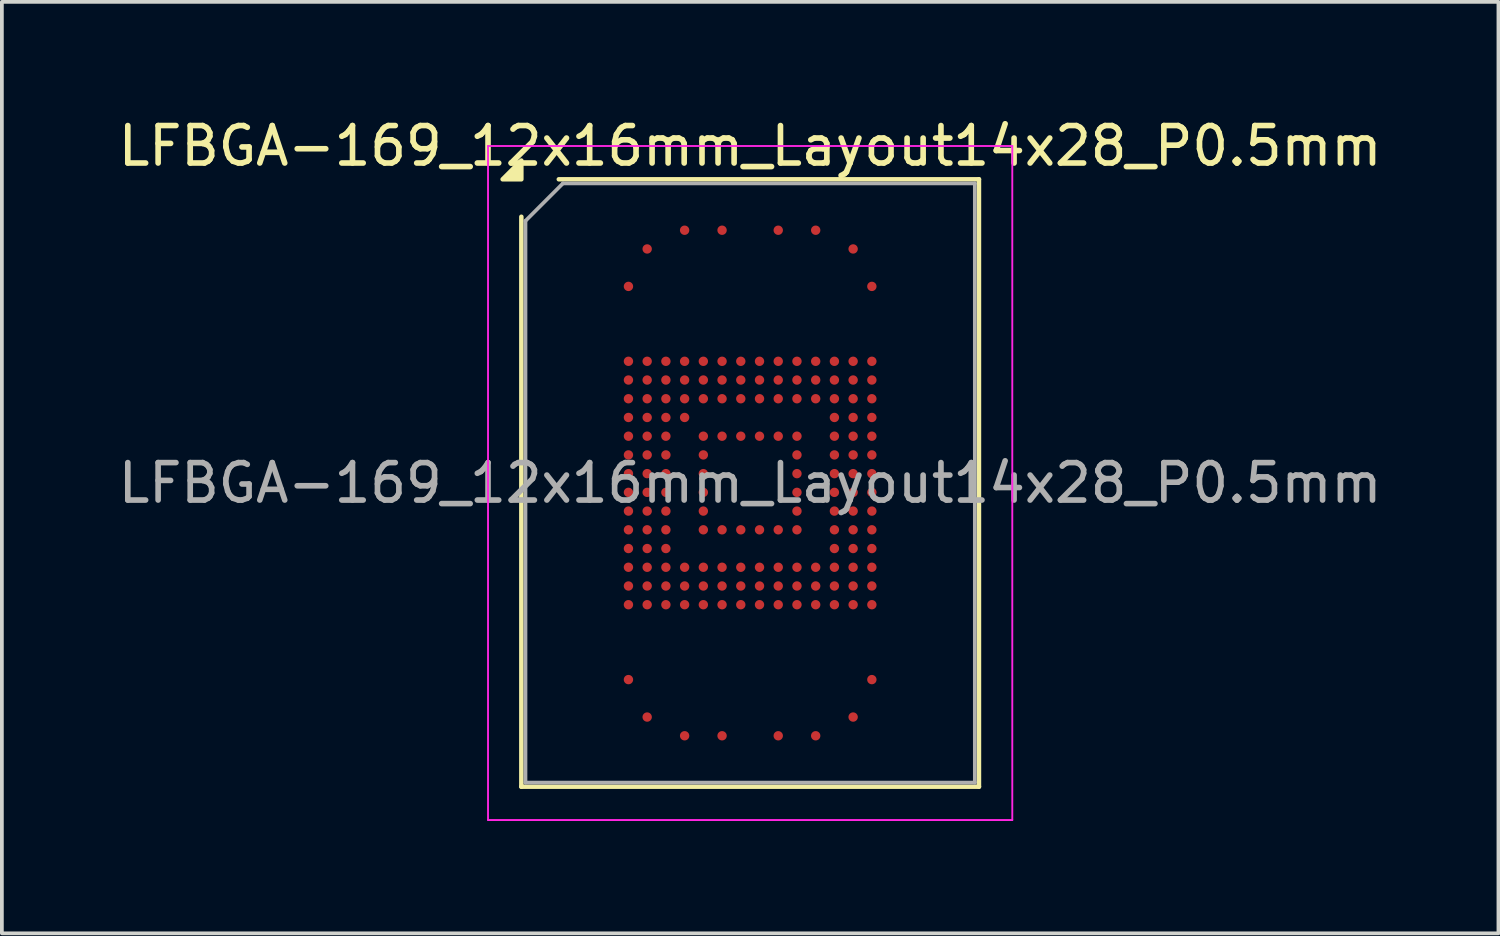
<source format=kicad_pcb>
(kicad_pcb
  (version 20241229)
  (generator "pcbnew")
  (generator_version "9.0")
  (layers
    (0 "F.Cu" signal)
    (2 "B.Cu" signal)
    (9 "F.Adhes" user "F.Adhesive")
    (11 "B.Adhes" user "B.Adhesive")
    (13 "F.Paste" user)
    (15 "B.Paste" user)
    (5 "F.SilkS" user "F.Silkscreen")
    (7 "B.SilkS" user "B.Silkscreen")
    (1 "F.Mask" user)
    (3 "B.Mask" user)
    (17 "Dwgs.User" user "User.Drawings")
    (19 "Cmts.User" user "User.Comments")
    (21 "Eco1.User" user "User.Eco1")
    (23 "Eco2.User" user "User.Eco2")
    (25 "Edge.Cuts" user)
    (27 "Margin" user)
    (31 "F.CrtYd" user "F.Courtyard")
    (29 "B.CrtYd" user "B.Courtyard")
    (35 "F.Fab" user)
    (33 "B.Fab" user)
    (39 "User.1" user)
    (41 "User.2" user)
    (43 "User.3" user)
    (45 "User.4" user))
  (footprint "LFBGA-169_12x16mm_Layout14x28_P0.5mm"
    (layer "F.Cu")
    (at 16.982 9.848)
    (property "Reference" "LFBGA-169_12x16mm_Layout14x28_P0.5mm" (at 0 -9 0) (layer "F.SilkS") (effects (font (size 1 1) (thickness 0.15))))
    (attr smd)
    (fp_line (start -6.11 8.11) (end -6.11 -7.11) (stroke (width 0.12) (type solid)) (layer "F.SilkS"))
    (fp_line (start -5.11 -8.11) (end 6.11 -8.11) (stroke (width 0.12) (type solid)) (layer "F.SilkS"))
    (fp_line (start 6.11 -8.11) (end 6.11 8.11) (stroke (width 0.12) (type solid)) (layer "F.SilkS"))
    (fp_line (start 6.11 8.11) (end -6.11 8.11) (stroke (width 0.12) (type solid)) (layer "F.SilkS"))
    (fp_poly (pts (xy -6.11 -8.11) (xy -6.61 -8.11) (xy -6.11 -8.61)) (stroke (width 0.12) (type solid)) (fill yes) (layer "F.SilkS"))
    (fp_line (start -7 -9) (end -7 9) (stroke (width 0.05) (type solid)) (layer "F.CrtYd"))
    (fp_line (start -7 9) (end 7 9) (stroke (width 0.05) (type solid)) (layer "F.CrtYd"))
    (fp_line (start 7 -9) (end -7 -9) (stroke (width 0.05) (type solid)) (layer "F.CrtYd"))
    (fp_line (start 7 9) (end 7 -9) (stroke (width 0.05) (type solid)) (layer "F.CrtYd"))
    (fp_line (start -6 -7) (end -5 -8) (stroke (width 0.1) (type solid)) (layer "F.Fab"))
    (fp_line (start -6 8) (end -6 -7) (stroke (width 0.1) (type solid)) (layer "F.Fab"))
    (fp_line (start -5 -8) (end 6 -8) (stroke (width 0.1) (type solid)) (layer "F.Fab"))
    (fp_line (start 6 -8) (end 6 8) (stroke (width 0.1) (type solid)) (layer "F.Fab"))
    (fp_line (start 6 8) (end -6 8) (stroke (width 0.1) (type solid)) (layer "F.Fab"))
    (fp_text user "${REFERENCE}" (at 0 0 0) (layer "F.Fab") (effects (font (size 1 1) (thickness 0.15))))
    (pad "A4" smd circle (at -1.75 -6.75) (size 0.25 0.25) (property pad_prop_bga) (layers "F.Cu" "F.Mask" "F.Paste"))
    (pad "A6" smd circle (at -0.75 -6.75) (size 0.25 0.25) (property pad_prop_bga) (layers "F.Cu" "F.Mask" "F.Paste"))
    (pad "A9" smd circle (at 0.75 -6.75) (size 0.25 0.25) (property pad_prop_bga) (layers "F.Cu" "F.Mask" "F.Paste"))
    (pad "A11" smd circle (at 1.75 -6.75) (size 0.25 0.25) (property pad_prop_bga) (layers "F.Cu" "F.Mask" "F.Paste"))
    (pad "AA1" smd circle (at -3.25 3.25) (size 0.25 0.25) (property pad_prop_bga) (layers "F.Cu" "F.Mask" "F.Paste"))
    (pad "AA2" smd circle (at -2.75 3.25) (size 0.25 0.25) (property pad_prop_bga) (layers "F.Cu" "F.Mask" "F.Paste"))
    (pad "AA3" smd circle (at -2.25 3.25) (size 0.25 0.25) (property pad_prop_bga) (layers "F.Cu" "F.Mask" "F.Paste"))
    (pad "AA4" smd circle (at -1.75 3.25) (size 0.25 0.25) (property pad_prop_bga) (layers "F.Cu" "F.Mask" "F.Paste"))
    (pad "AA5" smd circle (at -1.25 3.25) (size 0.25 0.25) (property pad_prop_bga) (layers "F.Cu" "F.Mask" "F.Paste"))
    (pad "AA6" smd circle (at -0.75 3.25) (size 0.25 0.25) (property pad_prop_bga) (layers "F.Cu" "F.Mask" "F.Paste"))
    (pad "AA7" smd circle (at -0.25 3.25) (size 0.25 0.25) (property pad_prop_bga) (layers "F.Cu" "F.Mask" "F.Paste"))
    (pad "AA8" smd circle (at 0.25 3.25) (size 0.25 0.25) (property pad_prop_bga) (layers "F.Cu" "F.Mask" "F.Paste"))
    (pad "AA9" smd circle (at 0.75 3.25) (size 0.25 0.25) (property pad_prop_bga) (layers "F.Cu" "F.Mask" "F.Paste"))
    (pad "AA10" smd circle (at 1.25 3.25) (size 0.25 0.25) (property pad_prop_bga) (layers "F.Cu" "F.Mask" "F.Paste"))
    (pad "AA11" smd circle (at 1.75 3.25) (size 0.25 0.25) (property pad_prop_bga) (layers "F.Cu" "F.Mask" "F.Paste"))
    (pad "AA12" smd circle (at 2.25 3.25) (size 0.25 0.25) (property pad_prop_bga) (layers "F.Cu" "F.Mask" "F.Paste"))
    (pad "AA13" smd circle (at 2.75 3.25) (size 0.25 0.25) (property pad_prop_bga) (layers "F.Cu" "F.Mask" "F.Paste"))
    (pad "AA14" smd circle (at 3.25 3.25) (size 0.25 0.25) (property pad_prop_bga) (layers "F.Cu" "F.Mask" "F.Paste"))
    (pad "AE1" smd circle (at -3.25 5.25) (size 0.25 0.25) (property pad_prop_bga) (layers "F.Cu" "F.Mask" "F.Paste"))
    (pad "AE14" smd circle (at 3.25 5.25) (size 0.25 0.25) (property pad_prop_bga) (layers "F.Cu" "F.Mask" "F.Paste"))
    (pad "AG2" smd circle (at -2.75 6.25) (size 0.25 0.25) (property pad_prop_bga) (layers "F.Cu" "F.Mask" "F.Paste"))
    (pad "AG13" smd circle (at 2.75 6.25) (size 0.25 0.25) (property pad_prop_bga) (layers "F.Cu" "F.Mask" "F.Paste"))
    (pad "AH4" smd circle (at -1.75 6.75) (size 0.25 0.25) (property pad_prop_bga) (layers "F.Cu" "F.Mask" "F.Paste"))
    (pad "AH6" smd circle (at -0.75 6.75) (size 0.25 0.25) (property pad_prop_bga) (layers "F.Cu" "F.Mask" "F.Paste"))
    (pad "AH9" smd circle (at 0.75 6.75) (size 0.25 0.25) (property pad_prop_bga) (layers "F.Cu" "F.Mask" "F.Paste"))
    (pad "AH11" smd circle (at 1.75 6.75) (size 0.25 0.25) (property pad_prop_bga) (layers "F.Cu" "F.Mask" "F.Paste"))
    (pad "B2" smd circle (at -2.75 -6.25) (size 0.25 0.25) (property pad_prop_bga) (layers "F.Cu" "F.Mask" "F.Paste"))
    (pad "B13" smd circle (at 2.75 -6.25) (size 0.25 0.25) (property pad_prop_bga) (layers "F.Cu" "F.Mask" "F.Paste"))
    (pad "D1" smd circle (at -3.25 -5.25) (size 0.25 0.25) (property pad_prop_bga) (layers "F.Cu" "F.Mask" "F.Paste"))
    (pad "D14" smd circle (at 3.25 -5.25) (size 0.25 0.25) (property pad_prop_bga) (layers "F.Cu" "F.Mask" "F.Paste"))
    (pad "H1" smd circle (at -3.25 -3.25) (size 0.25 0.25) (property pad_prop_bga) (layers "F.Cu" "F.Mask" "F.Paste"))
    (pad "H2" smd circle (at -2.75 -3.25) (size 0.25 0.25) (property pad_prop_bga) (layers "F.Cu" "F.Mask" "F.Paste"))
    (pad "H3" smd circle (at -2.25 -3.25) (size 0.25 0.25) (property pad_prop_bga) (layers "F.Cu" "F.Mask" "F.Paste"))
    (pad "H4" smd circle (at -1.75 -3.25) (size 0.25 0.25) (property pad_prop_bga) (layers "F.Cu" "F.Mask" "F.Paste"))
    (pad "H5" smd circle (at -1.25 -3.25) (size 0.25 0.25) (property pad_prop_bga) (layers "F.Cu" "F.Mask" "F.Paste"))
    (pad "H6" smd circle (at -0.75 -3.25) (size 0.25 0.25) (property pad_prop_bga) (layers "F.Cu" "F.Mask" "F.Paste"))
    (pad "H7" smd circle (at -0.25 -3.25) (size 0.25 0.25) (property pad_prop_bga) (layers "F.Cu" "F.Mask" "F.Paste"))
    (pad "H8" smd circle (at 0.25 -3.25) (size 0.25 0.25) (property pad_prop_bga) (layers "F.Cu" "F.Mask" "F.Paste"))
    (pad "H9" smd circle (at 0.75 -3.25) (size 0.25 0.25) (property pad_prop_bga) (layers "F.Cu" "F.Mask" "F.Paste"))
    (pad "H10" smd circle (at 1.25 -3.25) (size 0.25 0.25) (property pad_prop_bga) (layers "F.Cu" "F.Mask" "F.Paste"))
    (pad "H11" smd circle (at 1.75 -3.25) (size 0.25 0.25) (property pad_prop_bga) (layers "F.Cu" "F.Mask" "F.Paste"))
    (pad "H12" smd circle (at 2.25 -3.25) (size 0.25 0.25) (property pad_prop_bga) (layers "F.Cu" "F.Mask" "F.Paste"))
    (pad "H13" smd circle (at 2.75 -3.25) (size 0.25 0.25) (property pad_prop_bga) (layers "F.Cu" "F.Mask" "F.Paste"))
    (pad "H14" smd circle (at 3.25 -3.25) (size 0.25 0.25) (property pad_prop_bga) (layers "F.Cu" "F.Mask" "F.Paste"))
    (pad "J1" smd circle (at -3.25 -2.75) (size 0.25 0.25) (property pad_prop_bga) (layers "F.Cu" "F.Mask" "F.Paste"))
    (pad "J2" smd circle (at -2.75 -2.75) (size 0.25 0.25) (property pad_prop_bga) (layers "F.Cu" "F.Mask" "F.Paste"))
    (pad "J3" smd circle (at -2.25 -2.75) (size 0.25 0.25) (property pad_prop_bga) (layers "F.Cu" "F.Mask" "F.Paste"))
    (pad "J4" smd circle (at -1.75 -2.75) (size 0.25 0.25) (property pad_prop_bga) (layers "F.Cu" "F.Mask" "F.Paste"))
    (pad "J5" smd circle (at -1.25 -2.75) (size 0.25 0.25) (property pad_prop_bga) (layers "F.Cu" "F.Mask" "F.Paste"))
    (pad "J6" smd circle (at -0.75 -2.75) (size 0.25 0.25) (property pad_prop_bga) (layers "F.Cu" "F.Mask" "F.Paste"))
    (pad "J7" smd circle (at -0.25 -2.75) (size 0.25 0.25) (property pad_prop_bga) (layers "F.Cu" "F.Mask" "F.Paste"))
    (pad "J8" smd circle (at 0.25 -2.75) (size 0.25 0.25) (property pad_prop_bga) (layers "F.Cu" "F.Mask" "F.Paste"))
    (pad "J9" smd circle (at 0.75 -2.75) (size 0.25 0.25) (property pad_prop_bga) (layers "F.Cu" "F.Mask" "F.Paste"))
    (pad "J10" smd circle (at 1.25 -2.75) (size 0.25 0.25) (property pad_prop_bga) (layers "F.Cu" "F.Mask" "F.Paste"))
    (pad "J11" smd circle (at 1.75 -2.75) (size 0.25 0.25) (property pad_prop_bga) (layers "F.Cu" "F.Mask" "F.Paste"))
    (pad "J12" smd circle (at 2.25 -2.75) (size 0.25 0.25) (property pad_prop_bga) (layers "F.Cu" "F.Mask" "F.Paste"))
    (pad "J13" smd circle (at 2.75 -2.75) (size 0.25 0.25) (property pad_prop_bga) (layers "F.Cu" "F.Mask" "F.Paste"))
    (pad "J14" smd circle (at 3.25 -2.75) (size 0.25 0.25) (property pad_prop_bga) (layers "F.Cu" "F.Mask" "F.Paste"))
    (pad "K1" smd circle (at -3.25 -2.25) (size 0.25 0.25) (property pad_prop_bga) (layers "F.Cu" "F.Mask" "F.Paste"))
    (pad "K2" smd circle (at -2.75 -2.25) (size 0.25 0.25) (property pad_prop_bga) (layers "F.Cu" "F.Mask" "F.Paste"))
    (pad "K3" smd circle (at -2.25 -2.25) (size 0.25 0.25) (property pad_prop_bga) (layers "F.Cu" "F.Mask" "F.Paste"))
    (pad "K4" smd circle (at -1.75 -2.25) (size 0.25 0.25) (property pad_prop_bga) (layers "F.Cu" "F.Mask" "F.Paste"))
    (pad "K5" smd circle (at -1.25 -2.25) (size 0.25 0.25) (property pad_prop_bga) (layers "F.Cu" "F.Mask" "F.Paste"))
    (pad "K6" smd circle (at -0.75 -2.25) (size 0.25 0.25) (property pad_prop_bga) (layers "F.Cu" "F.Mask" "F.Paste"))
    (pad "K7" smd circle (at -0.25 -2.25) (size 0.25 0.25) (property pad_prop_bga) (layers "F.Cu" "F.Mask" "F.Paste"))
    (pad "K8" smd circle (at 0.25 -2.25) (size 0.25 0.25) (property pad_prop_bga) (layers "F.Cu" "F.Mask" "F.Paste"))
    (pad "K9" smd circle (at 0.75 -2.25) (size 0.25 0.25) (property pad_prop_bga) (layers "F.Cu" "F.Mask" "F.Paste"))
    (pad "K10" smd circle (at 1.25 -2.25) (size 0.25 0.25) (property pad_prop_bga) (layers "F.Cu" "F.Mask" "F.Paste"))
    (pad "K11" smd circle (at 1.75 -2.25) (size 0.25 0.25) (property pad_prop_bga) (layers "F.Cu" "F.Mask" "F.Paste"))
    (pad "K12" smd circle (at 2.25 -2.25) (size 0.25 0.25) (property pad_prop_bga) (layers "F.Cu" "F.Mask" "F.Paste"))
    (pad "K13" smd circle (at 2.75 -2.25) (size 0.25 0.25) (property pad_prop_bga) (layers "F.Cu" "F.Mask" "F.Paste"))
    (pad "K14" smd circle (at 3.25 -2.25) (size 0.25 0.25) (property pad_prop_bga) (layers "F.Cu" "F.Mask" "F.Paste"))
    (pad "L1" smd circle (at -3.25 -1.75) (size 0.25 0.25) (property pad_prop_bga) (layers "F.Cu" "F.Mask" "F.Paste"))
    (pad "L2" smd circle (at -2.75 -1.75) (size 0.25 0.25) (property pad_prop_bga) (layers "F.Cu" "F.Mask" "F.Paste"))
    (pad "L3" smd circle (at -2.25 -1.75) (size 0.25 0.25) (property pad_prop_bga) (layers "F.Cu" "F.Mask" "F.Paste"))
    (pad "L4" smd circle (at -1.75 -1.75) (size 0.25 0.25) (property pad_prop_bga) (layers "F.Cu" "F.Mask" "F.Paste"))
    (pad "L12" smd circle (at 2.25 -1.75) (size 0.25 0.25) (property pad_prop_bga) (layers "F.Cu" "F.Mask" "F.Paste"))
    (pad "L13" smd circle (at 2.75 -1.75) (size 0.25 0.25) (property pad_prop_bga) (layers "F.Cu" "F.Mask" "F.Paste"))
    (pad "L14" smd circle (at 3.25 -1.75) (size 0.25 0.25) (property pad_prop_bga) (layers "F.Cu" "F.Mask" "F.Paste"))
    (pad "M1" smd circle (at -3.25 -1.25) (size 0.25 0.25) (property pad_prop_bga) (layers "F.Cu" "F.Mask" "F.Paste"))
    (pad "M2" smd circle (at -2.75 -1.25) (size 0.25 0.25) (property pad_prop_bga) (layers "F.Cu" "F.Mask" "F.Paste"))
    (pad "M3" smd circle (at -2.25 -1.25) (size 0.25 0.25) (property pad_prop_bga) (layers "F.Cu" "F.Mask" "F.Paste"))
    (pad "M5" smd circle (at -1.25 -1.25) (size 0.25 0.25) (property pad_prop_bga) (layers "F.Cu" "F.Mask" "F.Paste"))
    (pad "M6" smd circle (at -0.75 -1.25) (size 0.25 0.25) (property pad_prop_bga) (layers "F.Cu" "F.Mask" "F.Paste"))
    (pad "M7" smd circle (at -0.25 -1.25) (size 0.25 0.25) (property pad_prop_bga) (layers "F.Cu" "F.Mask" "F.Paste"))
    (pad "M8" smd circle (at 0.25 -1.25) (size 0.25 0.25) (property pad_prop_bga) (layers "F.Cu" "F.Mask" "F.Paste"))
    (pad "M9" smd circle (at 0.75 -1.25) (size 0.25 0.25) (property pad_prop_bga) (layers "F.Cu" "F.Mask" "F.Paste"))
    (pad "M10" smd circle (at 1.25 -1.25) (size 0.25 0.25) (property pad_prop_bga) (layers "F.Cu" "F.Mask" "F.Paste"))
    (pad "M12" smd circle (at 2.25 -1.25) (size 0.25 0.25) (property pad_prop_bga) (layers "F.Cu" "F.Mask" "F.Paste"))
    (pad "M13" smd circle (at 2.75 -1.25) (size 0.25 0.25) (property pad_prop_bga) (layers "F.Cu" "F.Mask" "F.Paste"))
    (pad "M14" smd circle (at 3.25 -1.25) (size 0.25 0.25) (property pad_prop_bga) (layers "F.Cu" "F.Mask" "F.Paste"))
    (pad "N1" smd circle (at -3.25 -0.75) (size 0.25 0.25) (property pad_prop_bga) (layers "F.Cu" "F.Mask" "F.Paste"))
    (pad "N2" smd circle (at -2.75 -0.75) (size 0.25 0.25) (property pad_prop_bga) (layers "F.Cu" "F.Mask" "F.Paste"))
    (pad "N3" smd circle (at -2.25 -0.75) (size 0.25 0.25) (property pad_prop_bga) (layers "F.Cu" "F.Mask" "F.Paste"))
    (pad "N5" smd circle (at -1.25 -0.75) (size 0.25 0.25) (property pad_prop_bga) (layers "F.Cu" "F.Mask" "F.Paste"))
    (pad "N10" smd circle (at 1.25 -0.75) (size 0.25 0.25) (property pad_prop_bga) (layers "F.Cu" "F.Mask" "F.Paste"))
    (pad "N12" smd circle (at 2.25 -0.75) (size 0.25 0.25) (property pad_prop_bga) (layers "F.Cu" "F.Mask" "F.Paste"))
    (pad "N13" smd circle (at 2.75 -0.75) (size 0.25 0.25) (property pad_prop_bga) (layers "F.Cu" "F.Mask" "F.Paste"))
    (pad "N14" smd circle (at 3.25 -0.75) (size 0.25 0.25) (property pad_prop_bga) (layers "F.Cu" "F.Mask" "F.Paste"))
    (pad "P1" smd circle (at -3.25 -0.25) (size 0.25 0.25) (property pad_prop_bga) (layers "F.Cu" "F.Mask" "F.Paste"))
    (pad "P2" smd circle (at -2.75 -0.25) (size 0.25 0.25) (property pad_prop_bga) (layers "F.Cu" "F.Mask" "F.Paste"))
    (pad "P3" smd circle (at -2.25 -0.25) (size 0.25 0.25) (property pad_prop_bga) (layers "F.Cu" "F.Mask" "F.Paste"))
    (pad "P5" smd circle (at -1.25 -0.25) (size 0.25 0.25) (property pad_prop_bga) (layers "F.Cu" "F.Mask" "F.Paste"))
    (pad "P10" smd circle (at 1.25 -0.25) (size 0.25 0.25) (property pad_prop_bga) (layers "F.Cu" "F.Mask" "F.Paste"))
    (pad "P12" smd circle (at 2.25 -0.25) (size 0.25 0.25) (property pad_prop_bga) (layers "F.Cu" "F.Mask" "F.Paste"))
    (pad "P13" smd circle (at 2.75 -0.25) (size 0.25 0.25) (property pad_prop_bga) (layers "F.Cu" "F.Mask" "F.Paste"))
    (pad "P14" smd circle (at 3.25 -0.25) (size 0.25 0.25) (property pad_prop_bga) (layers "F.Cu" "F.Mask" "F.Paste"))
    (pad "R1" smd circle (at -3.25 0.25) (size 0.25 0.25) (property pad_prop_bga) (layers "F.Cu" "F.Mask" "F.Paste"))
    (pad "R2" smd circle (at -2.75 0.25) (size 0.25 0.25) (property pad_prop_bga) (layers "F.Cu" "F.Mask" "F.Paste"))
    (pad "R3" smd circle (at -2.25 0.25) (size 0.25 0.25) (property pad_prop_bga) (layers "F.Cu" "F.Mask" "F.Paste"))
    (pad "R5" smd circle (at -1.25 0.25) (size 0.25 0.25) (property pad_prop_bga) (layers "F.Cu" "F.Mask" "F.Paste"))
    (pad "R10" smd circle (at 1.25 0.25) (size 0.25 0.25) (property pad_prop_bga) (layers "F.Cu" "F.Mask" "F.Paste"))
    (pad "R12" smd circle (at 2.25 0.25) (size 0.25 0.25) (property pad_prop_bga) (layers "F.Cu" "F.Mask" "F.Paste"))
    (pad "R13" smd circle (at 2.75 0.25) (size 0.25 0.25) (property pad_prop_bga) (layers "F.Cu" "F.Mask" "F.Paste"))
    (pad "R14" smd circle (at 3.25 0.25) (size 0.25 0.25) (property pad_prop_bga) (layers "F.Cu" "F.Mask" "F.Paste"))
    (pad "T1" smd circle (at -3.25 0.75) (size 0.25 0.25) (property pad_prop_bga) (layers "F.Cu" "F.Mask" "F.Paste"))
    (pad "T2" smd circle (at -2.75 0.75) (size 0.25 0.25) (property pad_prop_bga) (layers "F.Cu" "F.Mask" "F.Paste"))
    (pad "T3" smd circle (at -2.25 0.75) (size 0.25 0.25) (property pad_prop_bga) (layers "F.Cu" "F.Mask" "F.Paste"))
    (pad "T5" smd circle (at -1.25 0.75) (size 0.25 0.25) (property pad_prop_bga) (layers "F.Cu" "F.Mask" "F.Paste"))
    (pad "T10" smd circle (at 1.25 0.75) (size 0.25 0.25) (property pad_prop_bga) (layers "F.Cu" "F.Mask" "F.Paste"))
    (pad "T12" smd circle (at 2.25 0.75) (size 0.25 0.25) (property pad_prop_bga) (layers "F.Cu" "F.Mask" "F.Paste"))
    (pad "T13" smd circle (at 2.75 0.75) (size 0.25 0.25) (property pad_prop_bga) (layers "F.Cu" "F.Mask" "F.Paste"))
    (pad "T14" smd circle (at 3.25 0.75) (size 0.25 0.25) (property pad_prop_bga) (layers "F.Cu" "F.Mask" "F.Paste"))
    (pad "U1" smd circle (at -3.25 1.25) (size 0.25 0.25) (property pad_prop_bga) (layers "F.Cu" "F.Mask" "F.Paste"))
    (pad "U2" smd circle (at -2.75 1.25) (size 0.25 0.25) (property pad_prop_bga) (layers "F.Cu" "F.Mask" "F.Paste"))
    (pad "U3" smd circle (at -2.25 1.25) (size 0.25 0.25) (property pad_prop_bga) (layers "F.Cu" "F.Mask" "F.Paste"))
    (pad "U5" smd circle (at -1.25 1.25) (size 0.25 0.25) (property pad_prop_bga) (layers "F.Cu" "F.Mask" "F.Paste"))
    (pad "U6" smd circle (at -0.75 1.25) (size 0.25 0.25) (property pad_prop_bga) (layers "F.Cu" "F.Mask" "F.Paste"))
    (pad "U7" smd circle (at -0.25 1.25) (size 0.25 0.25) (property pad_prop_bga) (layers "F.Cu" "F.Mask" "F.Paste"))
    (pad "U8" smd circle (at 0.25 1.25) (size 0.25 0.25) (property pad_prop_bga) (layers "F.Cu" "F.Mask" "F.Paste"))
    (pad "U9" smd circle (at 0.75 1.25) (size 0.25 0.25) (property pad_prop_bga) (layers "F.Cu" "F.Mask" "F.Paste"))
    (pad "U10" smd circle (at 1.25 1.25) (size 0.25 0.25) (property pad_prop_bga) (layers "F.Cu" "F.Mask" "F.Paste"))
    (pad "U12" smd circle (at 2.25 1.25) (size 0.25 0.25) (property pad_prop_bga) (layers "F.Cu" "F.Mask" "F.Paste"))
    (pad "U13" smd circle (at 2.75 1.25) (size 0.25 0.25) (property pad_prop_bga) (layers "F.Cu" "F.Mask" "F.Paste"))
    (pad "U14" smd circle (at 3.25 1.25) (size 0.25 0.25) (property pad_prop_bga) (layers "F.Cu" "F.Mask" "F.Paste"))
    (pad "V1" smd circle (at -3.25 1.75) (size 0.25 0.25) (property pad_prop_bga) (layers "F.Cu" "F.Mask" "F.Paste"))
    (pad "V2" smd circle (at -2.75 1.75) (size 0.25 0.25) (property pad_prop_bga) (layers "F.Cu" "F.Mask" "F.Paste"))
    (pad "V3" smd circle (at -2.25 1.75) (size 0.25 0.25) (property pad_prop_bga) (layers "F.Cu" "F.Mask" "F.Paste"))
    (pad "V12" smd circle (at 2.25 1.75) (size 0.25 0.25) (property pad_prop_bga) (layers "F.Cu" "F.Mask" "F.Paste"))
    (pad "V13" smd circle (at 2.75 1.75) (size 0.25 0.25) (property pad_prop_bga) (layers "F.Cu" "F.Mask" "F.Paste"))
    (pad "V14" smd circle (at 3.25 1.75) (size 0.25 0.25) (property pad_prop_bga) (layers "F.Cu" "F.Mask" "F.Paste"))
    (pad "W1" smd circle (at -3.25 2.25) (size 0.25 0.25) (property pad_prop_bga) (layers "F.Cu" "F.Mask" "F.Paste"))
    (pad "W2" smd circle (at -2.75 2.25) (size 0.25 0.25) (property pad_prop_bga) (layers "F.Cu" "F.Mask" "F.Paste"))
    (pad "W3" smd circle (at -2.25 2.25) (size 0.25 0.25) (property pad_prop_bga) (layers "F.Cu" "F.Mask" "F.Paste"))
    (pad "W4" smd circle (at -1.75 2.25) (size 0.25 0.25) (property pad_prop_bga) (layers "F.Cu" "F.Mask" "F.Paste"))
    (pad "W5" smd circle (at -1.25 2.25) (size 0.25 0.25) (property pad_prop_bga) (layers "F.Cu" "F.Mask" "F.Paste"))
    (pad "W6" smd circle (at -0.75 2.25) (size 0.25 0.25) (property pad_prop_bga) (layers "F.Cu" "F.Mask" "F.Paste"))
    (pad "W7" smd circle (at -0.25 2.25) (size 0.25 0.25) (property pad_prop_bga) (layers "F.Cu" "F.Mask" "F.Paste"))
    (pad "W8" smd circle (at 0.25 2.25) (size 0.25 0.25) (property pad_prop_bga) (layers "F.Cu" "F.Mask" "F.Paste"))
    (pad "W9" smd circle (at 0.75 2.25) (size 0.25 0.25) (property pad_prop_bga) (layers "F.Cu" "F.Mask" "F.Paste"))
    (pad "W10" smd circle (at 1.25 2.25) (size 0.25 0.25) (property pad_prop_bga) (layers "F.Cu" "F.Mask" "F.Paste"))
    (pad "W11" smd circle (at 1.75 2.25) (size 0.25 0.25) (property pad_prop_bga) (layers "F.Cu" "F.Mask" "F.Paste"))
    (pad "W12" smd circle (at 2.25 2.25) (size 0.25 0.25) (property pad_prop_bga) (layers "F.Cu" "F.Mask" "F.Paste"))
    (pad "W13" smd circle (at 2.75 2.25) (size 0.25 0.25) (property pad_prop_bga) (layers "F.Cu" "F.Mask" "F.Paste"))
    (pad "W14" smd circle (at 3.25 2.25) (size 0.25 0.25) (property pad_prop_bga) (layers "F.Cu" "F.Mask" "F.Paste"))
    (pad "Y1" smd circle (at -3.25 2.75) (size 0.25 0.25) (property pad_prop_bga) (layers "F.Cu" "F.Mask" "F.Paste"))
    (pad "Y2" smd circle (at -2.75 2.75) (size 0.25 0.25) (property pad_prop_bga) (layers "F.Cu" "F.Mask" "F.Paste"))
    (pad "Y3" smd circle (at -2.25 2.75) (size 0.25 0.25) (property pad_prop_bga) (layers "F.Cu" "F.Mask" "F.Paste"))
    (pad "Y4" smd circle (at -1.75 2.75) (size 0.25 0.25) (property pad_prop_bga) (layers "F.Cu" "F.Mask" "F.Paste"))
    (pad "Y5" smd circle (at -1.25 2.75) (size 0.25 0.25) (property pad_prop_bga) (layers "F.Cu" "F.Mask" "F.Paste"))
    (pad "Y6" smd circle (at -0.75 2.75) (size 0.25 0.25) (property pad_prop_bga) (layers "F.Cu" "F.Mask" "F.Paste"))
    (pad "Y7" smd circle (at -0.25 2.75) (size 0.25 0.25) (property pad_prop_bga) (layers "F.Cu" "F.Mask" "F.Paste"))
    (pad "Y8" smd circle (at 0.25 2.75) (size 0.25 0.25) (property pad_prop_bga) (layers "F.Cu" "F.Mask" "F.Paste"))
    (pad "Y9" smd circle (at 0.75 2.75) (size 0.25 0.25) (property pad_prop_bga) (layers "F.Cu" "F.Mask" "F.Paste"))
    (pad "Y10" smd circle (at 1.25 2.75) (size 0.25 0.25) (property pad_prop_bga) (layers "F.Cu" "F.Mask" "F.Paste"))
    (pad "Y11" smd circle (at 1.75 2.75) (size 0.25 0.25) (property pad_prop_bga) (layers "F.Cu" "F.Mask" "F.Paste"))
    (pad "Y12" smd circle (at 2.25 2.75) (size 0.25 0.25) (property pad_prop_bga) (layers "F.Cu" "F.Mask" "F.Paste"))
    (pad "Y13" smd circle (at 2.75 2.75) (size 0.25 0.25) (property pad_prop_bga) (layers "F.Cu" "F.Mask" "F.Paste"))
    (pad "Y14" smd circle (at 3.25 2.75) (size 0.25 0.25) (property pad_prop_bga) (layers "F.Cu" "F.Mask" "F.Paste")))
  (gr_rect
    (start -3 -3)
    (end 36.964 21.873)
    (stroke (width 0.1) (type default))
    (fill no)
    (layer "Edge.Cuts")))
</source>
